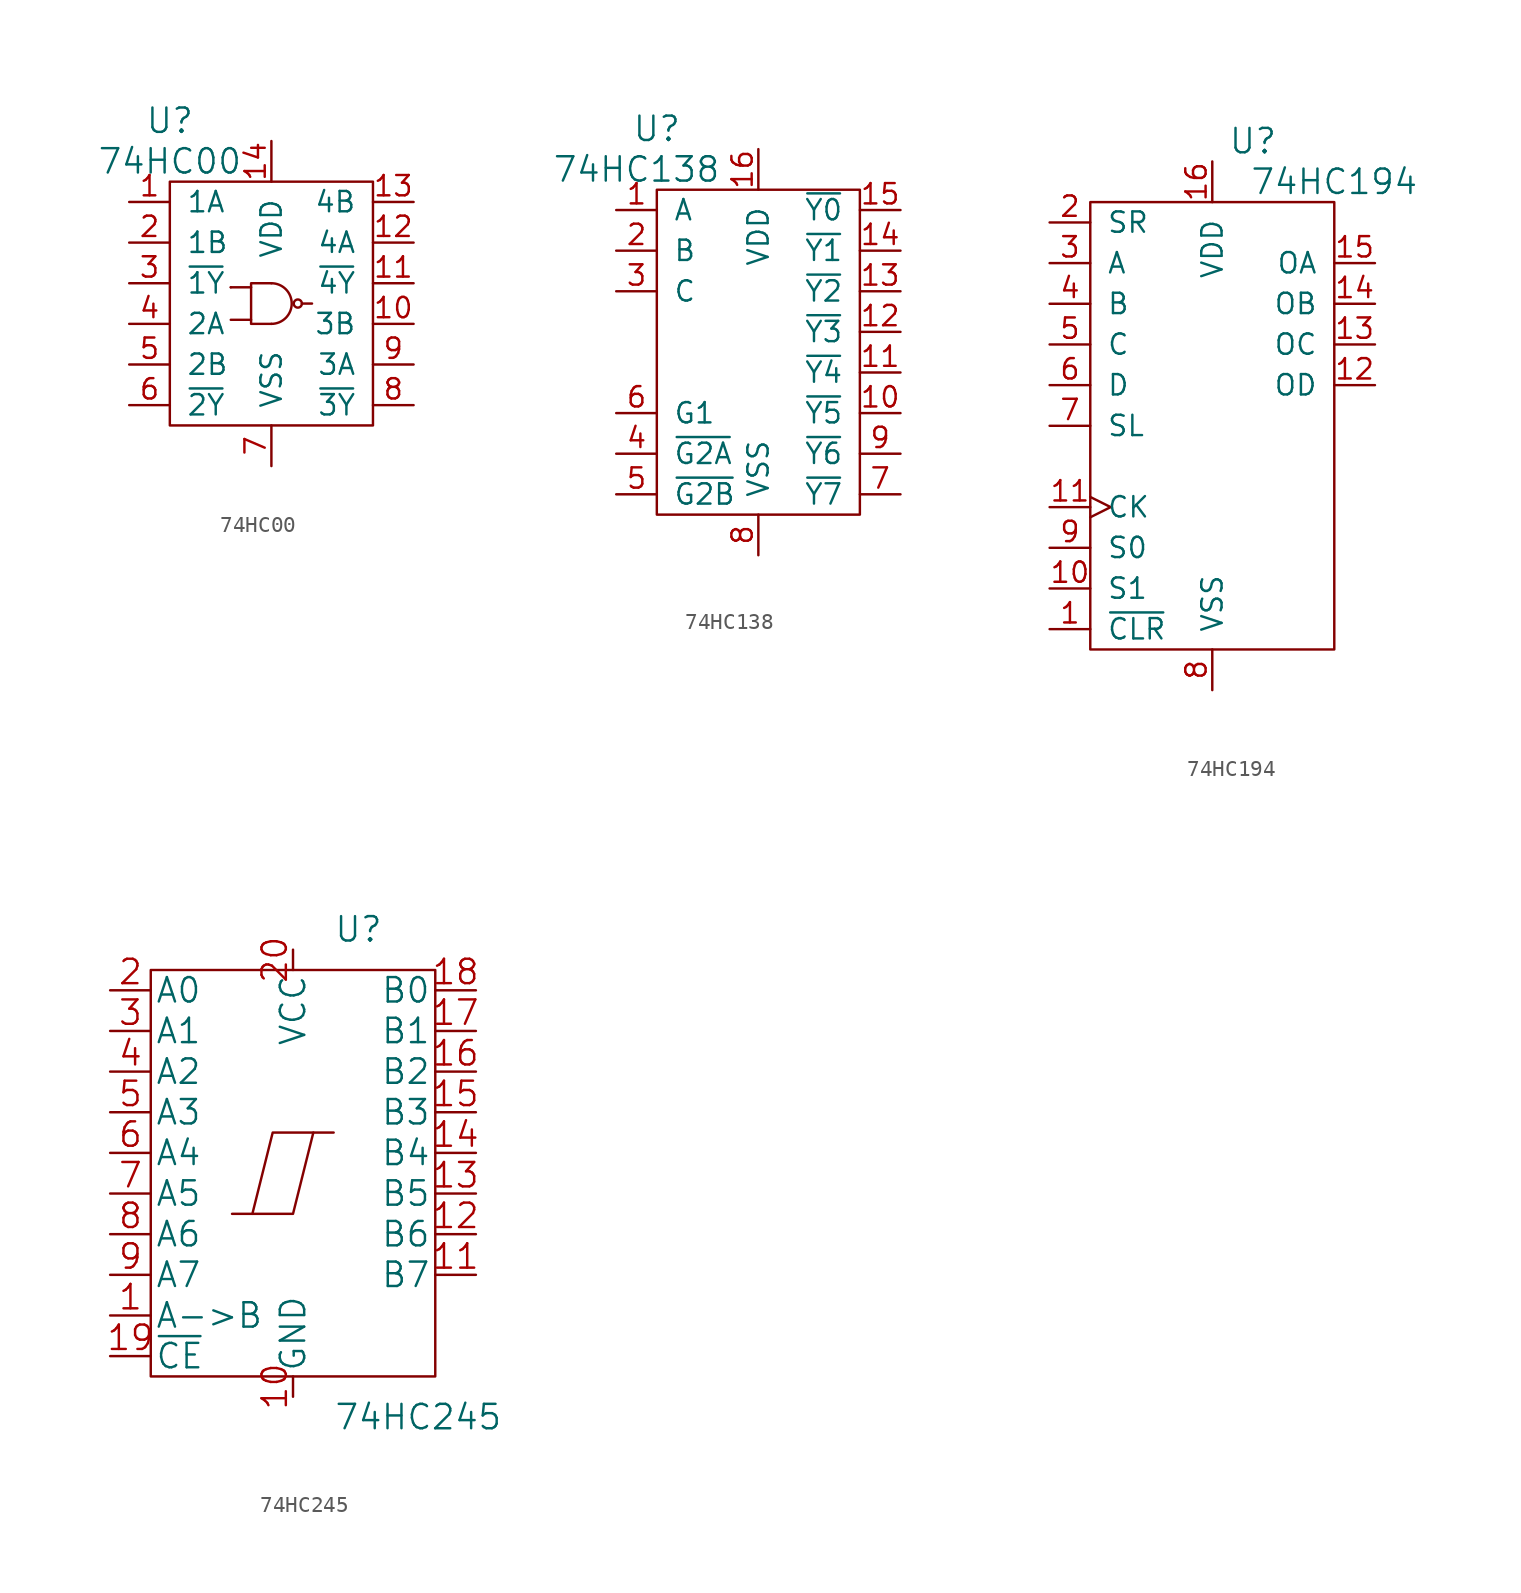
<source format=kicad_sym>
(kicad_symbol_lib
  (version 20220914)
  (generator kicad_symbol_editor)
  (symbol "74HC00"
    (pin_names
      (offset 1.016))
    (property "Reference" "U"
      (at -6.35 11.43 0)
      (effects (font (size 1.524 1.524))))
    (property "Value" "74HC00"
      (at -6.35 8.89 0)
      (effects (font (size 1.524 1.524))))
    (property "Footprint" ""
      (at 0 0 0)
      (effects (font (size 1.524 1.524))))
    (property "Datasheet" ""
      (at 0 0 0)
      (effects (font (size 1.524 1.524))))
    (symbol "74HC00_0_1"
      (rectangle (start -6.35 7.62) (end 6.35 -7.62) (stroke (width 0) (type solid)) (fill (type none)))
      (arc (start 0 -1.27) (mid 1.2645 0) (end 0 1.27) (stroke (width 0) (type solid)) (fill (type none)))
      (polyline (pts (xy -2.54 1.016) (xy -2.54 1.016)) (stroke (width 0) (type solid)) (fill (type none)))
      (polyline (pts (xy -2.54 -1.016) (xy -1.27 -1.016) (xy -1.27 -1.016)) (stroke (width 0) (type solid)) (fill (type none)))
      (polyline (pts (xy -1.27 1.016) (xy -2.54 1.016) (xy -2.54 1.016)) (stroke (width 0) (type solid)) (fill (type none)))
      (polyline (pts (xy 1.905 0) (xy 2.54 0) (xy 2.54 0)) (stroke (width 0) (type solid)) (fill (type none)))
      (polyline (pts (xy 0 -1.27) (xy -1.27 -1.27) (xy -1.27 1.27) (xy 0 1.27) (xy 0 1.27)) (stroke (width 0) (type solid)) (fill (type none)))
      (circle (center 1.651 0) (radius 0.254) (stroke (width 0) (type solid)) (fill (type none))))
    (symbol "74HC00_1_1"
      (pin passive line (at -8.89 6.35 0) (length 2.54) (name "1A" (effects (font (size 1.27 1.27)))) (number "1" (effects (font (size 1.27 1.27)))))
      (pin passive line (at 8.89 -1.27 180) (length 2.54) (name "3B" (effects (font (size 1.27 1.27)))) (number "10" (effects (font (size 1.27 1.27)))))
      (pin passive line (at 8.89 1.27 180) (length 2.54) (name "~{4Y}" (effects (font (size 1.27 1.27)))) (number "11" (effects (font (size 1.27 1.27)))))
      (pin passive line (at 8.89 3.81 180) (length 2.54) (name "4A" (effects (font (size 1.27 1.27)))) (number "12" (effects (font (size 1.27 1.27)))))
      (pin passive line (at 8.89 6.35 180) (length 2.54) (name "4B" (effects (font (size 1.27 1.27)))) (number "13" (effects (font (size 1.27 1.27)))))
      (pin passive line (at 0 10.16 270) (length 2.54) (name "VDD" (effects (font (size 1.27 1.27)))) (number "14" (effects (font (size 1.27 1.27)))))
      (pin passive line (at -8.89 3.81 0) (length 2.54) (name "1B" (effects (font (size 1.27 1.27)))) (number "2" (effects (font (size 1.27 1.27)))))
      (pin passive line (at -8.89 1.27 0) (length 2.54) (name "~{1Y}" (effects (font (size 1.27 1.27)))) (number "3" (effects (font (size 1.27 1.27)))))
      (pin passive line (at -8.89 -1.27 0) (length 2.54) (name "2A" (effects (font (size 1.27 1.27)))) (number "4" (effects (font (size 1.27 1.27)))))
      (pin passive line (at -8.89 -3.81 0) (length 2.54) (name "2B" (effects (font (size 1.27 1.27)))) (number "5" (effects (font (size 1.27 1.27)))))
      (pin passive line (at -8.89 -6.35 0) (length 2.54) (name "~{2Y}" (effects (font (size 1.27 1.27)))) (number "6" (effects (font (size 1.27 1.27)))))
      (pin passive line (at 0 -10.16 90) (length 2.54) (name "VSS" (effects (font (size 1.27 1.27)))) (number "7" (effects (font (size 1.27 1.27)))))
      (pin passive line (at 8.89 -6.35 180) (length 2.54) (name "~{3Y}" (effects (font (size 1.27 1.27)))) (number "8" (effects (font (size 1.27 1.27)))))
      (pin passive line (at 8.89 -3.81 180) (length 2.54) (name "3A" (effects (font (size 1.27 1.27)))) (number "9" (effects (font (size 1.27 1.27)))))))
  (symbol "74HC138"
    (pin_names
      (offset 1.016))
    (property "Reference" "U"
      (at -6.35 13.97 0)
      (effects (font (size 1.524 1.524))))
    (property "Value" "74HC138"
      (at -7.62 11.43 0)
      (effects (font (size 1.524 1.524))))
    (property "Footprint" ""
      (at 0 0 0)
      (effects (font (size 1.524 1.524))))
    (property "Datasheet" ""
      (at 0 0 0)
      (effects (font (size 1.524 1.524))))
    (symbol "74HC138_0_1"
      (rectangle (start 6.35 10.16) (end -6.35 -10.16) (stroke (width 0) (type solid)) (fill (type none))))
    (symbol "74HC138_1_1"
      (pin passive line (at -8.89 8.89 0) (length 2.54) (name "A" (effects (font (size 1.27 1.27)))) (number "1" (effects (font (size 1.27 1.27)))))
      (pin passive line (at 8.89 -3.81 180) (length 2.54) (name "~{Y5}" (effects (font (size 1.27 1.27)))) (number "10" (effects (font (size 1.27 1.27)))))
      (pin passive line (at 8.89 -1.27 180) (length 2.54) (name "~{Y4}" (effects (font (size 1.27 1.27)))) (number "11" (effects (font (size 1.27 1.27)))))
      (pin passive line (at 8.89 1.27 180) (length 2.54) (name "~{Y3}" (effects (font (size 1.27 1.27)))) (number "12" (effects (font (size 1.27 1.27)))))
      (pin passive line (at 8.89 3.81 180) (length 2.54) (name "~{Y2}" (effects (font (size 1.27 1.27)))) (number "13" (effects (font (size 1.27 1.27)))))
      (pin passive line (at 8.89 6.35 180) (length 2.54) (name "~{Y1}" (effects (font (size 1.27 1.27)))) (number "14" (effects (font (size 1.27 1.27)))))
      (pin passive line (at 8.89 8.89 180) (length 2.54) (name "~{Y0}" (effects (font (size 1.27 1.27)))) (number "15" (effects (font (size 1.27 1.27)))))
      (pin passive line (at 0 12.7 270) (length 2.54) (name "VDD" (effects (font (size 1.27 1.27)))) (number "16" (effects (font (size 1.27 1.27)))))
      (pin passive line (at -8.89 6.35 0) (length 2.54) (name "B" (effects (font (size 1.27 1.27)))) (number "2" (effects (font (size 1.27 1.27)))))
      (pin passive line (at -8.89 3.81 0) (length 2.54) (name "C" (effects (font (size 1.27 1.27)))) (number "3" (effects (font (size 1.27 1.27)))))
      (pin passive line (at -8.89 -6.35 0) (length 2.54) (name "~{G2A}" (effects (font (size 1.27 1.27)))) (number "4" (effects (font (size 1.27 1.27)))))
      (pin passive line (at -8.89 -8.89 0) (length 2.54) (name "~{G2B}" (effects (font (size 1.27 1.27)))) (number "5" (effects (font (size 1.27 1.27)))))
      (pin passive line (at -8.89 -3.81 0) (length 2.54) (name "G1" (effects (font (size 1.27 1.27)))) (number "6" (effects (font (size 1.27 1.27)))))
      (pin passive line (at 8.89 -8.89 180) (length 2.54) (name "~{Y7}" (effects (font (size 1.27 1.27)))) (number "7" (effects (font (size 1.27 1.27)))))
      (pin passive line (at 0 -12.7 90) (length 2.54) (name "VSS" (effects (font (size 1.27 1.27)))) (number "8" (effects (font (size 1.27 1.27)))))
      (pin passive line (at 8.89 -6.35 180) (length 2.54) (name "~{Y6}" (effects (font (size 1.27 1.27)))) (number "9" (effects (font (size 1.27 1.27)))))))
  (symbol "74HC194"
    (pin_names
      (offset 1.016))
    (property "Reference" "U"
      (at 2.54 17.78 0)
      (effects (font (size 1.524 1.524))))
    (property "Value" "74HC194"
      (at 7.62 15.24 0)
      (effects (font (size 1.524 1.524))))
    (property "Footprint" ""
      (at 0 0 0)
      (effects (font (size 1.524 1.524))))
    (property "Datasheet" ""
      (at 0 0 0)
      (effects (font (size 1.524 1.524))))
    (symbol "74HC194_0_1"
      (rectangle (start -7.62 13.97) (end 7.62 -13.97) (stroke (width 0) (type solid)) (fill (type none))))
    (symbol "74HC194_1_1"
      (pin passive line (at -10.16 -12.7 0) (length 2.54) (name "~{CLR}" (effects (font (size 1.27 1.27)))) (number "1" (effects (font (size 1.27 1.27)))))
      (pin passive line (at -10.16 -10.16 0) (length 2.54) (name "S1" (effects (font (size 1.27 1.27)))) (number "10" (effects (font (size 1.27 1.27)))))
      (pin passive clock (at -10.16 -5.08 0) (length 2.54) (name "CK" (effects (font (size 1.27 1.27)))) (number "11" (effects (font (size 1.27 1.27)))))
      (pin passive line (at 10.16 2.54 180) (length 2.54) (name "OD" (effects (font (size 1.27 1.27)))) (number "12" (effects (font (size 1.27 1.27)))))
      (pin passive line (at 10.16 5.08 180) (length 2.54) (name "OC" (effects (font (size 1.27 1.27)))) (number "13" (effects (font (size 1.27 1.27)))))
      (pin passive line (at 10.16 7.62 180) (length 2.54) (name "OB" (effects (font (size 1.27 1.27)))) (number "14" (effects (font (size 1.27 1.27)))))
      (pin passive line (at 10.16 10.16 180) (length 2.54) (name "OA" (effects (font (size 1.27 1.27)))) (number "15" (effects (font (size 1.27 1.27)))))
      (pin passive line (at 0 16.51 270) (length 2.54) (name "VDD" (effects (font (size 1.27 1.27)))) (number "16" (effects (font (size 1.27 1.27)))))
      (pin passive line (at -10.16 12.7 0) (length 2.54) (name "SR" (effects (font (size 1.27 1.27)))) (number "2" (effects (font (size 1.27 1.27)))))
      (pin passive line (at -10.16 10.16 0) (length 2.54) (name "A" (effects (font (size 1.27 1.27)))) (number "3" (effects (font (size 1.27 1.27)))))
      (pin passive line (at -10.16 7.62 0) (length 2.54) (name "B" (effects (font (size 1.27 1.27)))) (number "4" (effects (font (size 1.27 1.27)))))
      (pin passive line (at -10.16 5.08 0) (length 2.54) (name "C" (effects (font (size 1.27 1.27)))) (number "5" (effects (font (size 1.27 1.27)))))
      (pin passive line (at -10.16 2.54 0) (length 2.54) (name "D" (effects (font (size 1.27 1.27)))) (number "6" (effects (font (size 1.27 1.27)))))
      (pin passive line (at -10.16 0 0) (length 2.54) (name "SL" (effects (font (size 1.27 1.27)))) (number "7" (effects (font (size 1.27 1.27)))))
      (pin passive line (at 0 -16.51 90) (length 2.54) (name "VSS" (effects (font (size 1.27 1.27)))) (number "8" (effects (font (size 1.27 1.27)))))
      (pin passive line (at -10.16 -7.62 0) (length 2.54) (name "S0" (effects (font (size 1.27 1.27)))) (number "9" (effects (font (size 1.27 1.27)))))))
  (symbol "74HC245"
    (pin_names
      (offset 0.254))
    (property "Reference" "U"
      (at 2.54 15.24 0)
      (effects (font (size 1.524 1.524)) (justify left)))
    (property "Value" "74HC245"
      (at 2.54 -15.24 0)
      (effects (font (size 1.524 1.524)) (justify left)))
    (property "Footprint" ""
      (at 0 0 0)
      (effects (font (size 1.524 1.524))))
    (property "Datasheet" ""
      (at 0 0 0)
      (effects (font (size 1.524 1.524))))
    (symbol "74HC245_0_1"
      (polyline (pts (xy 1.27 2.54) (xy 0 -2.54) (xy -2.54 -2.54)) (stroke (width 0) (type solid)) (fill (type none)))
      (polyline (pts (xy 2.54 2.54) (xy -1.27 2.54) (xy -2.54 -2.54) (xy -3.81 -2.54)) (stroke (width 0) (type solid)) (fill (type none)))
      (rectangle (start 8.89 -12.7) (end -8.89 12.7) (stroke (width 0) (type solid)) (fill (type none)))
      (pin passive line (at 0 13.97 270) (length 1.27) (name "VCC" (effects (font (size 1.524 1.524)))) (number "20" (effects (font (size 1.524 1.524)))))
      (pin tri_state line (at -11.43 -1.27 0) (length 2.54) (name "A5" (effects (font (size 1.524 1.524)))) (number "7" (effects (font (size 1.524 1.524))))))
    (symbol "74HC245_1_1"
      (pin input line (at -11.43 -8.89 0) (length 2.54) (name "A->B" (effects (font (size 1.524 1.524)))) (number "1" (effects (font (size 1.524 1.524)))))
      (pin passive line (at 0 -13.97 90) (length 1.27) (name "GND" (effects (font (size 1.524 1.524)))) (number "10" (effects (font (size 1.524 1.524)))))
      (pin tri_state line (at 11.43 -6.35 180) (length 2.54) (name "B7" (effects (font (size 1.524 1.524)))) (number "11" (effects (font (size 1.524 1.524)))))
      (pin tri_state line (at 11.43 -3.81 180) (length 2.54) (name "B6" (effects (font (size 1.524 1.524)))) (number "12" (effects (font (size 1.524 1.524)))))
      (pin tri_state line (at 11.43 -1.27 180) (length 2.54) (name "B5" (effects (font (size 1.524 1.524)))) (number "13" (effects (font (size 1.524 1.524)))))
      (pin tri_state line (at 11.43 1.27 180) (length 2.54) (name "B4" (effects (font (size 1.524 1.524)))) (number "14" (effects (font (size 1.524 1.524)))))
      (pin tri_state line (at 11.43 3.81 180) (length 2.54) (name "B3" (effects (font (size 1.524 1.524)))) (number "15" (effects (font (size 1.524 1.524)))))
      (pin tri_state line (at 11.43 6.35 180) (length 2.54) (name "B2" (effects (font (size 1.524 1.524)))) (number "16" (effects (font (size 1.524 1.524)))))
      (pin tri_state line (at 11.43 8.89 180) (length 2.54) (name "B1" (effects (font (size 1.524 1.524)))) (number "17" (effects (font (size 1.524 1.524)))))
      (pin tri_state line (at 11.43 11.43 180) (length 2.54) (name "B0" (effects (font (size 1.524 1.524)))) (number "18" (effects (font (size 1.524 1.524)))))
      (pin input line (at -11.43 -11.43 0) (length 2.54) (name "~{CE}" (effects (font (size 1.524 1.524)))) (number "19" (effects (font (size 1.524 1.524)))))
      (pin tri_state line (at -11.43 11.43 0) (length 2.54) (name "A0" (effects (font (size 1.524 1.524)))) (number "2" (effects (font (size 1.524 1.524)))))
      (pin tri_state line (at -11.43 8.89 0) (length 2.54) (name "A1" (effects (font (size 1.524 1.524)))) (number "3" (effects (font (size 1.524 1.524)))))
      (pin tri_state line (at -11.43 6.35 0) (length 2.54) (name "A2" (effects (font (size 1.524 1.524)))) (number "4" (effects (font (size 1.524 1.524)))))
      (pin tri_state line (at -11.43 3.81 0) (length 2.54) (name "A3" (effects (font (size 1.524 1.524)))) (number "5" (effects (font (size 1.524 1.524)))))
      (pin tri_state line (at -11.43 1.27 0) (length 2.54) (name "A4" (effects (font (size 1.524 1.524)))) (number "6" (effects (font (size 1.524 1.524)))))
      (pin tri_state line (at -11.43 -3.81 0) (length 2.54) (name "A6" (effects (font (size 1.524 1.524)))) (number "8" (effects (font (size 1.524 1.524)))))
      (pin tri_state line (at -11.43 -6.35 0) (length 2.54) (name "A7" (effects (font (size 1.524 1.524)))) (number "9" (effects (font (size 1.524 1.524))))))))
</source>
